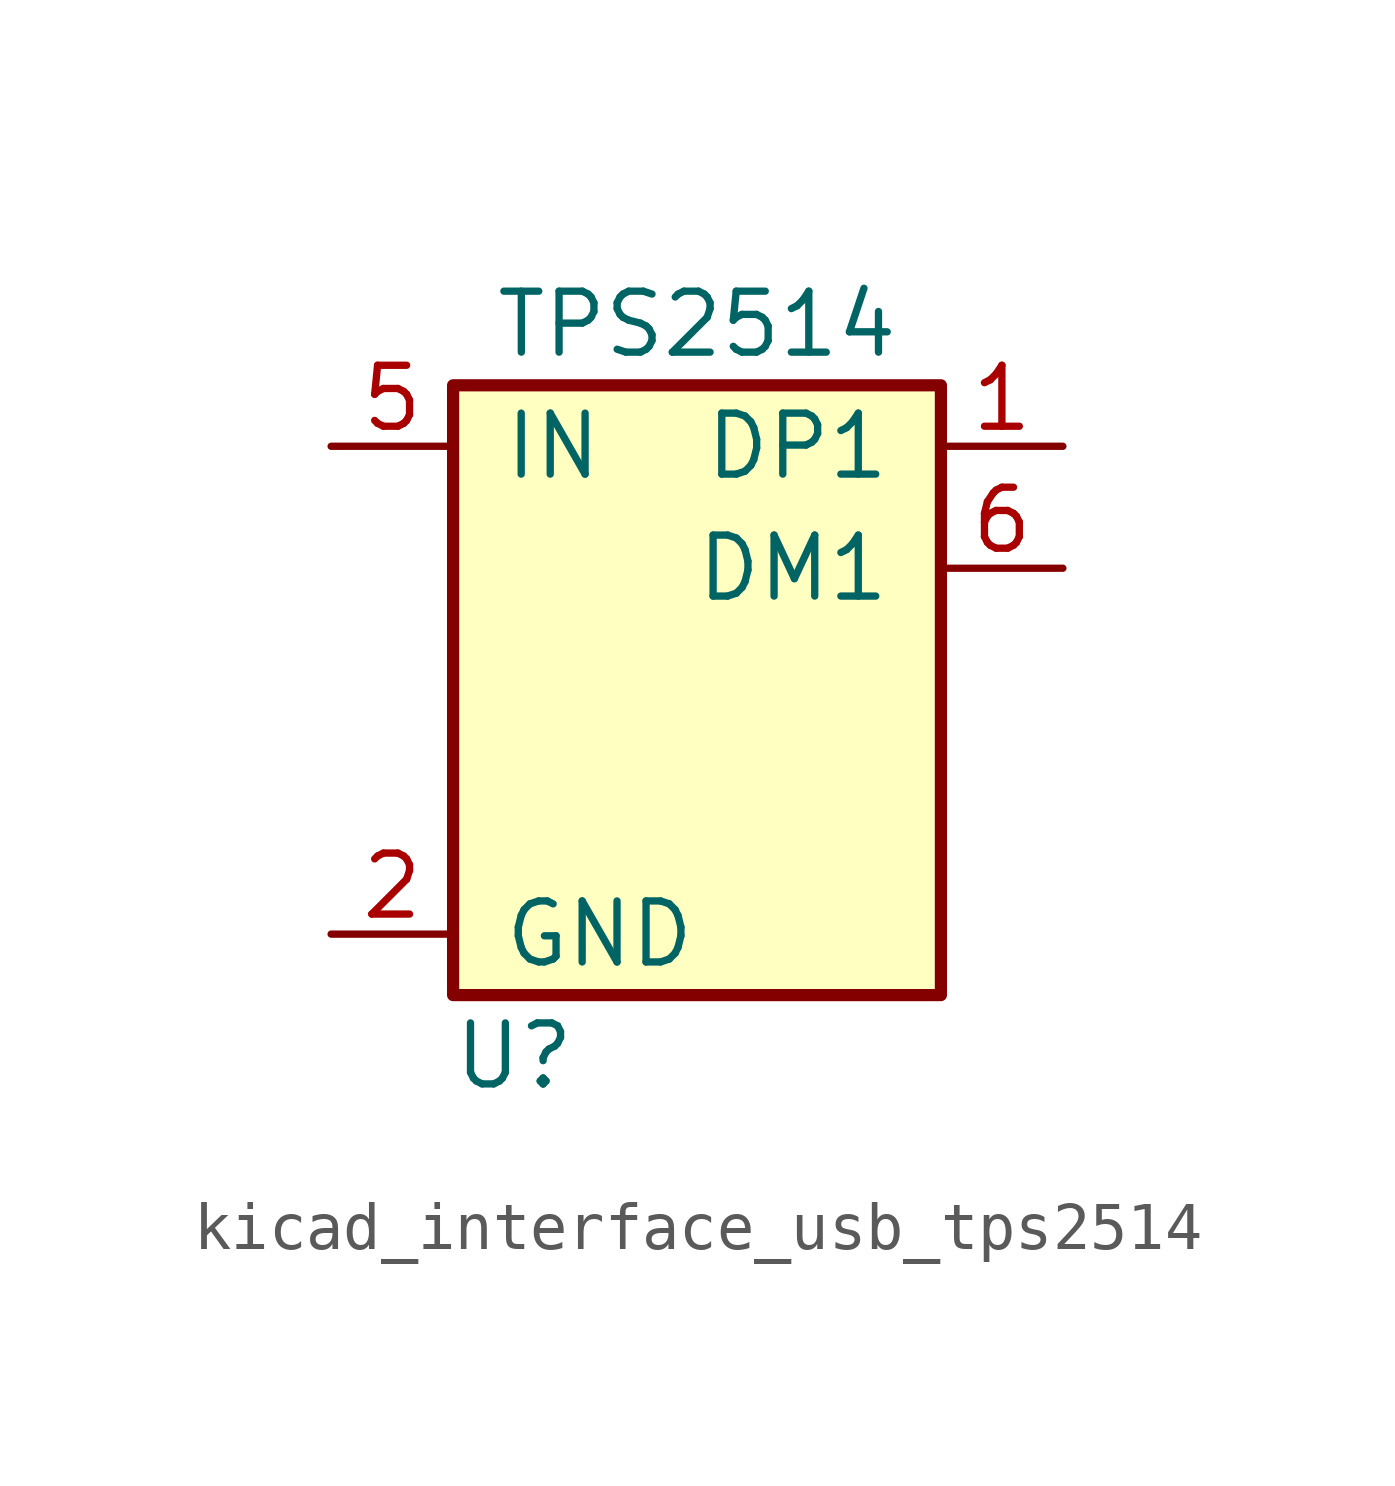
<source format=kicad_sym>
(kicad_symbol_lib
  (version 20220914)
  (generator kicad_symbol_editor)
  (symbol "kicad_interface_usb_tps2514"
    (pin_names
      (offset 1.016))
    (property "Reference" "U"
      (at -3.81 -7.62 0)
      (effects (font (size 1.27 1.27))))
    (property "Value" "TPS2514"
      (at 0 7.62 0)
      (effects (font (size 1.27 1.27))))
    (symbol "kicad_interface_usb_tps2514_0_1"
      (rectangle (start -5.08 6.35) (end 5.08 -6.35) (stroke (width 0.254) (type default)) (fill (type background))))
    (symbol "kicad_interface_usb_tps2514_1_1"
      (pin input line (at 7.62 5.08 180) (length 2.54) (name "DP1" (effects (font (size 1.27 1.27)))) (number "1" (effects (font (size 1.27 1.27)))))
      (pin power_in line (at -7.62 -5.08 0) (length 2.54) (name "GND" (effects (font (size 1.27 1.27)))) (number "2" (effects (font (size 1.27 1.27)))))
      (pin no_connect line (at 5.08 -2.54 180) (length 2.54) hide (name "NC" (effects (font (size 1.27 1.27)))) (number "3" (effects (font (size 1.27 1.27)))))
      (pin no_connect line (at 5.08 -5.08 180) (length 2.54) hide (name "NC" (effects (font (size 1.27 1.27)))) (number "4" (effects (font (size 1.27 1.27)))))
      (pin power_in line (at -7.62 5.08 0) (length 2.54) (name "IN" (effects (font (size 1.27 1.27)))) (number "5" (effects (font (size 1.27 1.27)))))
      (pin input line (at 7.62 2.54 180) (length 2.54) (name "DM1" (effects (font (size 1.27 1.27)))) (number "6" (effects (font (size 1.27 1.27))))))))
</source>
